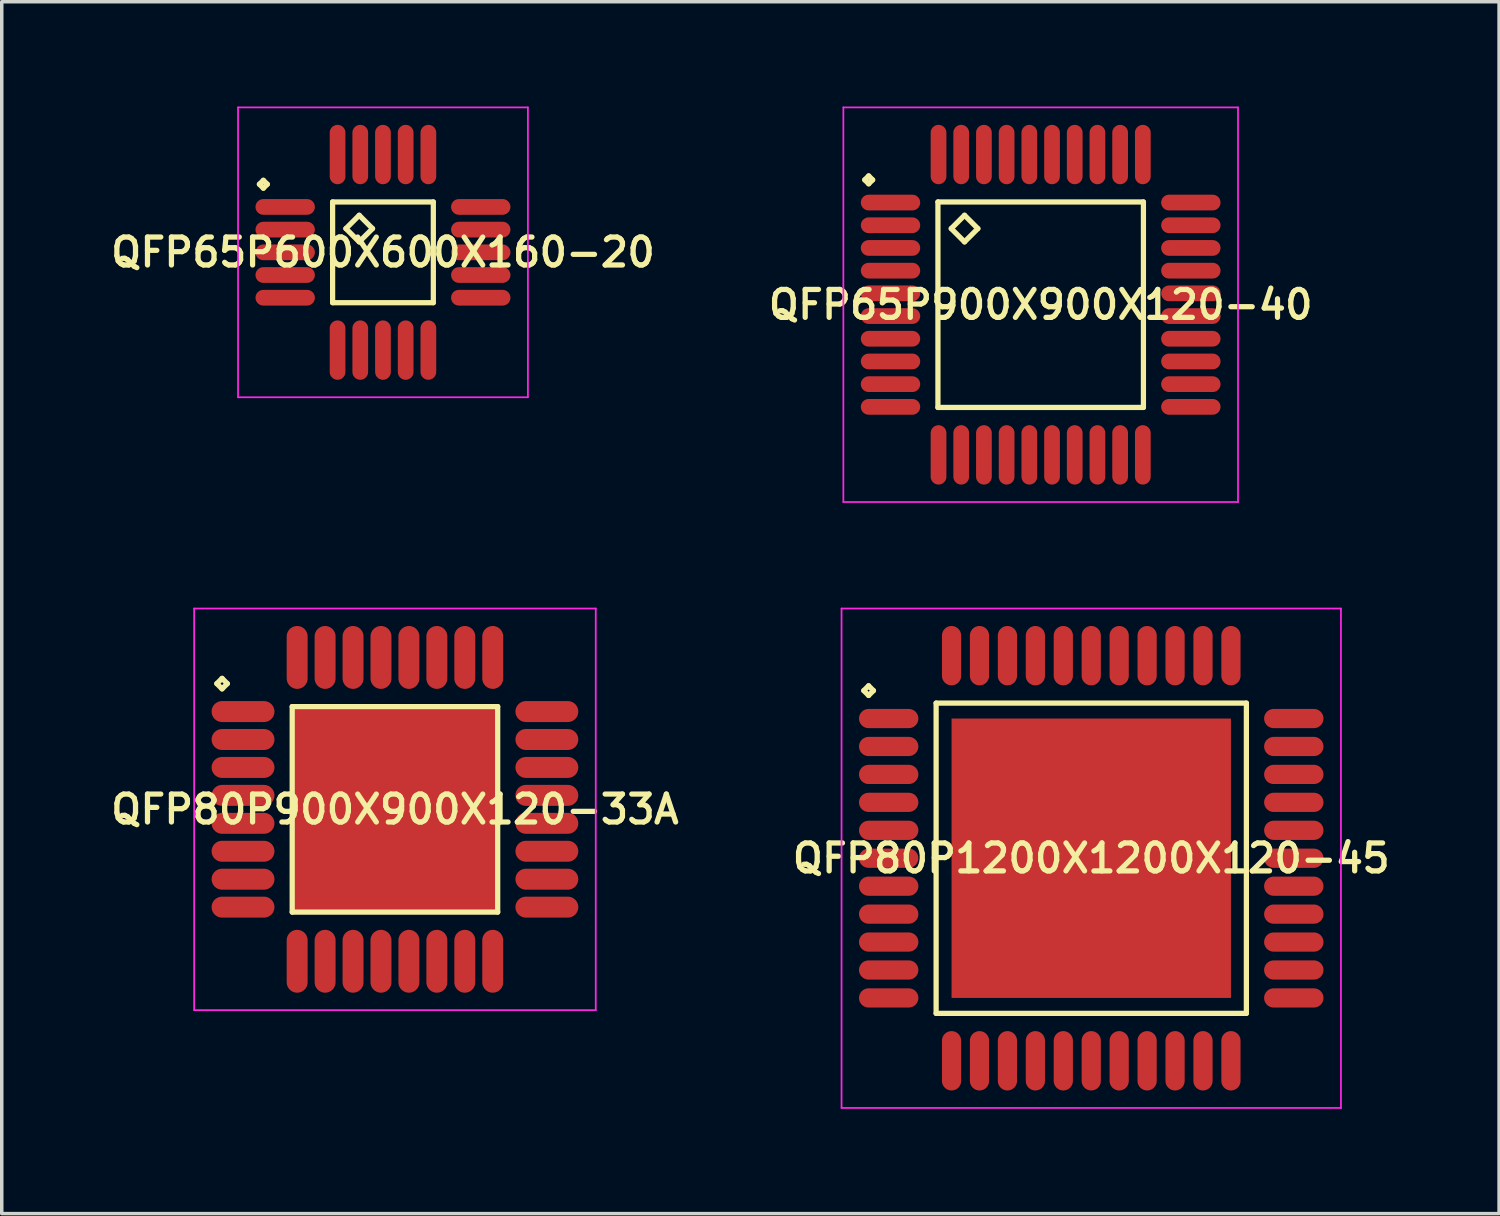
<source format=kicad_pcb>
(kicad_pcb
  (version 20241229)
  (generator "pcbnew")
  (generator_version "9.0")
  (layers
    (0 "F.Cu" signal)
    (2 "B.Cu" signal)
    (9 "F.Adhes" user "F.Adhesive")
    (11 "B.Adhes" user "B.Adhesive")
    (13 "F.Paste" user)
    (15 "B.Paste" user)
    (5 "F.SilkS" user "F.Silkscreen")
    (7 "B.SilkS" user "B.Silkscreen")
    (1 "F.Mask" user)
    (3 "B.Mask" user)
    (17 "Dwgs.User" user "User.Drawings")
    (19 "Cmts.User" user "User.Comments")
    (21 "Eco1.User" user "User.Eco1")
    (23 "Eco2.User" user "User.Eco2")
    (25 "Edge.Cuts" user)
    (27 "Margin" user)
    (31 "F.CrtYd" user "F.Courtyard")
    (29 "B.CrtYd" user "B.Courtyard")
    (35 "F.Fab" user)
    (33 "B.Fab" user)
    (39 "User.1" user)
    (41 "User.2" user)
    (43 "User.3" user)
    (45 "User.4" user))
  (footprint "QFP80P1200X1200X120-45"
    (layer "F.Cu")
    (at 28.197 21.525)
    (property "Reference" "QFP80P1200X1200X120-45" (at 0 0 0) (layer "F.SilkS") (effects (font (size 0.8 0.8) (thickness 0.15))))
    (attr smd)
    (fp_line (start -6.513 -4.8) (end -6.375 -4.938) (stroke (width 0.15) (type solid)) (layer "F.SilkS"))
    (fp_line (start -6.375 -4.938) (end -6.237 -4.8) (stroke (width 0.15) (type solid)) (layer "F.SilkS"))
    (fp_line (start -6.375 -4.662) (end -6.513 -4.8) (stroke (width 0.15) (type solid)) (layer "F.SilkS"))
    (fp_line (start -6.237 -4.8) (end -6.375 -4.662) (stroke (width 0.15) (type solid)) (layer "F.SilkS"))
    (fp_line (start -4.442 -4.442) (end -4.442 4.442) (stroke (width 0.15) (type solid)) (layer "F.SilkS"))
    (fp_line (start -4.442 4.442) (end 4.442 4.442) (stroke (width 0.15) (type solid)) (layer "F.SilkS"))
    (fp_line (start 4.442 -4.442) (end -4.442 -4.442) (stroke (width 0.15) (type solid)) (layer "F.SilkS"))
    (fp_line (start 4.442 4.442) (end 4.442 -4.442) (stroke (width 0.15) (type solid)) (layer "F.SilkS"))
    (fp_line (start -7.15 -7.15) (end 7.15 -7.15) (stroke (width 0.05) (type solid)) (layer "F.CrtYd"))
    (fp_line (start -7.15 7.15) (end -7.15 -7.15) (stroke (width 0.05) (type solid)) (layer "F.CrtYd"))
    (fp_line (start 7.15 -7.15) (end 7.15 7.15) (stroke (width 0.05) (type solid)) (layer "F.CrtYd"))
    (fp_line (start 7.15 7.15) (end -7.15 7.15) (stroke (width 0.05) (type solid)) (layer "F.CrtYd"))
    (pad "1" smd oval (at -5.8 -4) (size 1.7 0.55) (layers "F.Cu" "F.Mask" "F.Paste"))
    (pad "2" smd oval (at -5.8 -3.2) (size 1.7 0.55) (layers "F.Cu" "F.Mask" "F.Paste"))
    (pad "3" smd oval (at -5.8 -2.4) (size 1.7 0.55) (layers "F.Cu" "F.Mask" "F.Paste"))
    (pad "4" smd oval (at -5.8 -1.6) (size 1.7 0.55) (layers "F.Cu" "F.Mask" "F.Paste"))
    (pad "5" smd oval (at -5.8 -0.8) (size 1.7 0.55) (layers "F.Cu" "F.Mask" "F.Paste"))
    (pad "6" smd oval (at -5.8 0) (size 1.7 0.55) (layers "F.Cu" "F.Mask" "F.Paste"))
    (pad "7" smd oval (at -5.8 0.8) (size 1.7 0.55) (layers "F.Cu" "F.Mask" "F.Paste"))
    (pad "8" smd oval (at -5.8 1.6) (size 1.7 0.55) (layers "F.Cu" "F.Mask" "F.Paste"))
    (pad "9" smd oval (at -5.8 2.4) (size 1.7 0.55) (layers "F.Cu" "F.Mask" "F.Paste"))
    (pad "10" smd oval (at -5.8 3.2) (size 1.7 0.55) (layers "F.Cu" "F.Mask" "F.Paste"))
    (pad "11" smd oval (at -5.8 4) (size 1.7 0.55) (layers "F.Cu" "F.Mask" "F.Paste"))
    (pad "12" smd oval (at -4 5.8) (size 0.55 1.7) (layers "F.Cu" "F.Mask" "F.Paste"))
    (pad "13" smd oval (at -3.2 5.8) (size 0.55 1.7) (layers "F.Cu" "F.Mask" "F.Paste"))
    (pad "14" smd oval (at -2.4 5.8) (size 0.55 1.7) (layers "F.Cu" "F.Mask" "F.Paste"))
    (pad "15" smd oval (at -1.6 5.8) (size 0.55 1.7) (layers "F.Cu" "F.Mask" "F.Paste"))
    (pad "16" smd oval (at -0.8 5.8) (size 0.55 1.7) (layers "F.Cu" "F.Mask" "F.Paste"))
    (pad "17" smd oval (at 0 5.8) (size 0.55 1.7) (layers "F.Cu" "F.Mask" "F.Paste"))
    (pad "18" smd oval (at 0.8 5.8) (size 0.55 1.7) (layers "F.Cu" "F.Mask" "F.Paste"))
    (pad "19" smd oval (at 1.6 5.8) (size 0.55 1.7) (layers "F.Cu" "F.Mask" "F.Paste"))
    (pad "20" smd oval (at 2.4 5.8) (size 0.55 1.7) (layers "F.Cu" "F.Mask" "F.Paste"))
    (pad "21" smd oval (at 3.2 5.8) (size 0.55 1.7) (layers "F.Cu" "F.Mask" "F.Paste"))
    (pad "22" smd oval (at 4 5.8) (size 0.55 1.7) (layers "F.Cu" "F.Mask" "F.Paste"))
    (pad "23" smd oval (at 5.8 4) (size 1.7 0.55) (layers "F.Cu" "F.Mask" "F.Paste"))
    (pad "24" smd oval (at 5.8 3.2) (size 1.7 0.55) (layers "F.Cu" "F.Mask" "F.Paste"))
    (pad "25" smd oval (at 5.8 2.4) (size 1.7 0.55) (layers "F.Cu" "F.Mask" "F.Paste"))
    (pad "26" smd oval (at 5.8 1.6) (size 1.7 0.55) (layers "F.Cu" "F.Mask" "F.Paste"))
    (pad "27" smd oval (at 5.8 0.8) (size 1.7 0.55) (layers "F.Cu" "F.Mask" "F.Paste"))
    (pad "28" smd oval (at 5.8 0) (size 1.7 0.55) (layers "F.Cu" "F.Mask" "F.Paste"))
    (pad "29" smd oval (at 5.8 -0.8) (size 1.7 0.55) (layers "F.Cu" "F.Mask" "F.Paste"))
    (pad "30" smd oval (at 5.8 -1.6) (size 1.7 0.55) (layers "F.Cu" "F.Mask" "F.Paste"))
    (pad "31" smd oval (at 5.8 -2.4) (size 1.7 0.55) (layers "F.Cu" "F.Mask" "F.Paste"))
    (pad "32" smd oval (at 5.8 -3.2) (size 1.7 0.55) (layers "F.Cu" "F.Mask" "F.Paste"))
    (pad "33" smd oval (at 5.8 -4) (size 1.7 0.55) (layers "F.Cu" "F.Mask" "F.Paste"))
    (pad "34" smd oval (at 4 -5.8) (size 0.55 1.7) (layers "F.Cu" "F.Mask" "F.Paste"))
    (pad "35" smd oval (at 3.2 -5.8) (size 0.55 1.7) (layers "F.Cu" "F.Mask" "F.Paste"))
    (pad "36" smd oval (at 2.4 -5.8) (size 0.55 1.7) (layers "F.Cu" "F.Mask" "F.Paste"))
    (pad "37" smd oval (at 1.6 -5.8) (size 0.55 1.7) (layers "F.Cu" "F.Mask" "F.Paste"))
    (pad "38" smd oval (at 0.8 -5.8) (size 0.55 1.7) (layers "F.Cu" "F.Mask" "F.Paste"))
    (pad "39" smd oval (at 0 -5.8) (size 0.55 1.7) (layers "F.Cu" "F.Mask" "F.Paste"))
    (pad "40" smd oval (at -0.8 -5.8) (size 0.55 1.7) (layers "F.Cu" "F.Mask" "F.Paste"))
    (pad "41" smd oval (at -1.6 -5.8) (size 0.55 1.7) (layers "F.Cu" "F.Mask" "F.Paste"))
    (pad "42" smd oval (at -2.4 -5.8) (size 0.55 1.7) (layers "F.Cu" "F.Mask" "F.Paste"))
    (pad "43" smd oval (at -3.2 -5.8) (size 0.55 1.7) (layers "F.Cu" "F.Mask" "F.Paste"))
    (pad "44" smd oval (at -4 -5.8) (size 0.55 1.7) (layers "F.Cu" "F.Mask" "F.Paste"))
    (pad "45" smd rect (at 0 0) (size 8 8) (layers "F.Cu" "F.Mask" "F.Paste")))
  (footprint "QFP80P900X900X120-33A"
    (layer "F.Cu")
    (at 8.259 20.125)
    (property "Reference" "QFP80P900X900X120-33A" (at 0 0 0) (layer "F.SilkS") (effects (font (size 0.8 0.8) (thickness 0.15))))
    (attr smd)
    (fp_line (start -5.1 -3.6) (end -4.95 -3.75) (stroke (width 0.15) (type solid)) (layer "F.SilkS"))
    (fp_line (start -4.95 -3.75) (end -4.8 -3.6) (stroke (width 0.15) (type solid)) (layer "F.SilkS"))
    (fp_line (start -4.95 -3.45) (end -5.1 -3.6) (stroke (width 0.15) (type solid)) (layer "F.SilkS"))
    (fp_line (start -4.8 -3.6) (end -4.95 -3.45) (stroke (width 0.15) (type solid)) (layer "F.SilkS"))
    (fp_line (start -2.942 -2.942) (end -2.942 2.942) (stroke (width 0.15) (type solid)) (layer "F.SilkS"))
    (fp_line (start -2.942 2.942) (end 2.942 2.942) (stroke (width 0.15) (type solid)) (layer "F.SilkS"))
    (fp_line (start 2.942 -2.942) (end -2.942 -2.942) (stroke (width 0.15) (type solid)) (layer "F.SilkS"))
    (fp_line (start 2.942 2.942) (end 2.942 -2.942) (stroke (width 0.15) (type solid)) (layer "F.SilkS"))
    (fp_line (start -5.75 -5.75) (end 5.75 -5.75) (stroke (width 0.05) (type solid)) (layer "F.CrtYd"))
    (fp_line (start -5.75 5.75) (end -5.75 -5.75) (stroke (width 0.05) (type solid)) (layer "F.CrtYd"))
    (fp_line (start 5.75 -5.75) (end 5.75 5.75) (stroke (width 0.05) (type solid)) (layer "F.CrtYd"))
    (fp_line (start 5.75 5.75) (end -5.75 5.75) (stroke (width 0.05) (type solid)) (layer "F.CrtYd"))
    (pad "1" smd oval (at -4.35 -2.8) (size 1.8 0.6) (layers "F.Cu" "F.Mask" "F.Paste"))
    (pad "2" smd oval (at -4.35 -2) (size 1.8 0.6) (layers "F.Cu" "F.Mask" "F.Paste"))
    (pad "3" smd oval (at -4.35 -1.2) (size 1.8 0.6) (layers "F.Cu" "F.Mask" "F.Paste"))
    (pad "4" smd oval (at -4.35 -0.4) (size 1.8 0.6) (layers "F.Cu" "F.Mask" "F.Paste"))
    (pad "5" smd oval (at -4.35 0.4) (size 1.8 0.6) (layers "F.Cu" "F.Mask" "F.Paste"))
    (pad "6" smd oval (at -4.35 1.2) (size 1.8 0.6) (layers "F.Cu" "F.Mask" "F.Paste"))
    (pad "7" smd oval (at -4.35 2) (size 1.8 0.6) (layers "F.Cu" "F.Mask" "F.Paste"))
    (pad "8" smd oval (at -4.35 2.8) (size 1.8 0.6) (layers "F.Cu" "F.Mask" "F.Paste"))
    (pad "9" smd oval (at -2.8 4.35) (size 0.6 1.8) (layers "F.Cu" "F.Mask" "F.Paste"))
    (pad "10" smd oval (at -2 4.35) (size 0.6 1.8) (layers "F.Cu" "F.Mask" "F.Paste"))
    (pad "11" smd oval (at -1.2 4.35) (size 0.6 1.8) (layers "F.Cu" "F.Mask" "F.Paste"))
    (pad "12" smd oval (at -0.4 4.35) (size 0.6 1.8) (layers "F.Cu" "F.Mask" "F.Paste"))
    (pad "13" smd oval (at 0.4 4.35) (size 0.6 1.8) (layers "F.Cu" "F.Mask" "F.Paste"))
    (pad "14" smd oval (at 1.2 4.35) (size 0.6 1.8) (layers "F.Cu" "F.Mask" "F.Paste"))
    (pad "15" smd oval (at 2 4.35) (size 0.6 1.8) (layers "F.Cu" "F.Mask" "F.Paste"))
    (pad "16" smd oval (at 2.8 4.35) (size 0.6 1.8) (layers "F.Cu" "F.Mask" "F.Paste"))
    (pad "17" smd oval (at 4.35 2.8) (size 1.8 0.6) (layers "F.Cu" "F.Mask" "F.Paste"))
    (pad "18" smd oval (at 4.35 2) (size 1.8 0.6) (layers "F.Cu" "F.Mask" "F.Paste"))
    (pad "19" smd oval (at 4.35 1.2) (size 1.8 0.6) (layers "F.Cu" "F.Mask" "F.Paste"))
    (pad "20" smd oval (at 4.35 0.4) (size 1.8 0.6) (layers "F.Cu" "F.Mask" "F.Paste"))
    (pad "21" smd oval (at 4.35 -0.4) (size 1.8 0.6) (layers "F.Cu" "F.Mask" "F.Paste"))
    (pad "22" smd oval (at 4.35 -1.2) (size 1.8 0.6) (layers "F.Cu" "F.Mask" "F.Paste"))
    (pad "23" smd oval (at 4.35 -2) (size 1.8 0.6) (layers "F.Cu" "F.Mask" "F.Paste"))
    (pad "24" smd oval (at 4.35 -2.8) (size 1.8 0.6) (layers "F.Cu" "F.Mask" "F.Paste"))
    (pad "25" smd oval (at 2.8 -4.35) (size 0.6 1.8) (layers "F.Cu" "F.Mask" "F.Paste"))
    (pad "26" smd oval (at 2 -4.35) (size 0.6 1.8) (layers "F.Cu" "F.Mask" "F.Paste"))
    (pad "27" smd oval (at 1.2 -4.35) (size 0.6 1.8) (layers "F.Cu" "F.Mask" "F.Paste"))
    (pad "28" smd oval (at 0.4 -4.35) (size 0.6 1.8) (layers "F.Cu" "F.Mask" "F.Paste"))
    (pad "29" smd oval (at -0.4 -4.35) (size 0.6 1.8) (layers "F.Cu" "F.Mask" "F.Paste"))
    (pad "30" smd oval (at -1.2 -4.35) (size 0.6 1.8) (layers "F.Cu" "F.Mask" "F.Paste"))
    (pad "31" smd oval (at -2 -4.35) (size 0.6 1.8) (layers "F.Cu" "F.Mask" "F.Paste"))
    (pad "32" smd oval (at -2.8 -4.35) (size 0.6 1.8) (layers "F.Cu" "F.Mask" "F.Paste"))
    (pad "33" smd rect (at 0 0) (size 6 6) (layers "F.Cu" "F.Mask" "F.Paste")))
  (footprint "QFP65P900X900X120-40"
    (layer "F.Cu")
    (at 26.749 5.675)
    (property "Reference" "QFP65P900X900X120-40" (at 0 0 0) (layer "F.SilkS") (effects (font (size 0.8 0.8) (thickness 0.15))))
    (attr smd)
    (fp_line (start -5.037 -3.575) (end -4.925 -3.688) (stroke (width 0.15) (type solid)) (layer "F.SilkS"))
    (fp_line (start -4.925 -3.688) (end -4.812 -3.575) (stroke (width 0.15) (type solid)) (layer "F.SilkS"))
    (fp_line (start -4.925 -3.462) (end -5.037 -3.575) (stroke (width 0.15) (type solid)) (layer "F.SilkS"))
    (fp_line (start -4.812 -3.575) (end -4.925 -3.462) (stroke (width 0.15) (type solid)) (layer "F.SilkS"))
    (fp_line (start -2.942 -2.942) (end -2.942 2.942) (stroke (width 0.15) (type solid)) (layer "F.SilkS"))
    (fp_line (start -2.942 2.942) (end 2.942 2.942) (stroke (width 0.15) (type solid)) (layer "F.SilkS"))
    (fp_line (start -2.561 -2.18) (end -2.18 -2.561) (stroke (width 0.15) (type solid)) (layer "F.SilkS"))
    (fp_line (start -2.18 -2.561) (end -1.799 -2.18) (stroke (width 0.15) (type solid)) (layer "F.SilkS"))
    (fp_line (start -2.18 -1.799) (end -2.561 -2.18) (stroke (width 0.15) (type solid)) (layer "F.SilkS"))
    (fp_line (start -1.799 -2.18) (end -2.18 -1.799) (stroke (width 0.15) (type solid)) (layer "F.SilkS"))
    (fp_line (start 2.942 -2.942) (end -2.942 -2.942) (stroke (width 0.15) (type solid)) (layer "F.SilkS"))
    (fp_line (start 2.942 2.942) (end 2.942 -2.942) (stroke (width 0.15) (type solid)) (layer "F.SilkS"))
    (fp_line (start -5.65 -5.65) (end 5.65 -5.65) (stroke (width 0.05) (type solid)) (layer "F.CrtYd"))
    (fp_line (start -5.65 5.65) (end -5.65 -5.65) (stroke (width 0.05) (type solid)) (layer "F.CrtYd"))
    (fp_line (start 5.65 -5.65) (end 5.65 5.65) (stroke (width 0.05) (type solid)) (layer "F.CrtYd"))
    (fp_line (start 5.65 5.65) (end -5.65 5.65) (stroke (width 0.05) (type solid)) (layer "F.CrtYd"))
    (pad "1" smd oval (at -4.3 -2.925) (size 1.7 0.45) (layers "F.Cu" "F.Mask" "F.Paste"))
    (pad "2" smd oval (at -4.3 -2.275) (size 1.7 0.45) (layers "F.Cu" "F.Mask" "F.Paste"))
    (pad "3" smd oval (at -4.3 -1.625) (size 1.7 0.45) (layers "F.Cu" "F.Mask" "F.Paste"))
    (pad "4" smd oval (at -4.3 -0.975) (size 1.7 0.45) (layers "F.Cu" "F.Mask" "F.Paste"))
    (pad "5" smd oval (at -4.3 -0.325) (size 1.7 0.45) (layers "F.Cu" "F.Mask" "F.Paste"))
    (pad "6" smd oval (at -4.3 0.325) (size 1.7 0.45) (layers "F.Cu" "F.Mask" "F.Paste"))
    (pad "7" smd oval (at -4.3 0.975) (size 1.7 0.45) (layers "F.Cu" "F.Mask" "F.Paste"))
    (pad "8" smd oval (at -4.3 1.625) (size 1.7 0.45) (layers "F.Cu" "F.Mask" "F.Paste"))
    (pad "9" smd oval (at -4.3 2.275) (size 1.7 0.45) (layers "F.Cu" "F.Mask" "F.Paste"))
    (pad "10" smd oval (at -4.3 2.925) (size 1.7 0.45) (layers "F.Cu" "F.Mask" "F.Paste"))
    (pad "11" smd oval (at -2.925 4.3) (size 0.45 1.7) (layers "F.Cu" "F.Mask" "F.Paste"))
    (pad "12" smd oval (at -2.275 4.3) (size 0.45 1.7) (layers "F.Cu" "F.Mask" "F.Paste"))
    (pad "13" smd oval (at -1.625 4.3) (size 0.45 1.7) (layers "F.Cu" "F.Mask" "F.Paste"))
    (pad "14" smd oval (at -0.975 4.3) (size 0.45 1.7) (layers "F.Cu" "F.Mask" "F.Paste"))
    (pad "15" smd oval (at -0.325 4.3) (size 0.45 1.7) (layers "F.Cu" "F.Mask" "F.Paste"))
    (pad "16" smd oval (at 0.325 4.3) (size 0.45 1.7) (layers "F.Cu" "F.Mask" "F.Paste"))
    (pad "17" smd oval (at 0.975 4.3) (size 0.45 1.7) (layers "F.Cu" "F.Mask" "F.Paste"))
    (pad "18" smd oval (at 1.625 4.3) (size 0.45 1.7) (layers "F.Cu" "F.Mask" "F.Paste"))
    (pad "19" smd oval (at 2.275 4.3) (size 0.45 1.7) (layers "F.Cu" "F.Mask" "F.Paste"))
    (pad "20" smd oval (at 2.925 4.3) (size 0.45 1.7) (layers "F.Cu" "F.Mask" "F.Paste"))
    (pad "21" smd oval (at 4.3 2.925) (size 1.7 0.45) (layers "F.Cu" "F.Mask" "F.Paste"))
    (pad "22" smd oval (at 4.3 2.275) (size 1.7 0.45) (layers "F.Cu" "F.Mask" "F.Paste"))
    (pad "23" smd oval (at 4.3 1.625) (size 1.7 0.45) (layers "F.Cu" "F.Mask" "F.Paste"))
    (pad "24" smd oval (at 4.3 0.975) (size 1.7 0.45) (layers "F.Cu" "F.Mask" "F.Paste"))
    (pad "25" smd oval (at 4.3 0.325) (size 1.7 0.45) (layers "F.Cu" "F.Mask" "F.Paste"))
    (pad "26" smd oval (at 4.3 -0.325) (size 1.7 0.45) (layers "F.Cu" "F.Mask" "F.Paste"))
    (pad "27" smd oval (at 4.3 -0.975) (size 1.7 0.45) (layers "F.Cu" "F.Mask" "F.Paste"))
    (pad "28" smd oval (at 4.3 -1.625) (size 1.7 0.45) (layers "F.Cu" "F.Mask" "F.Paste"))
    (pad "29" smd oval (at 4.3 -2.275) (size 1.7 0.45) (layers "F.Cu" "F.Mask" "F.Paste"))
    (pad "30" smd oval (at 4.3 -2.925) (size 1.7 0.45) (layers "F.Cu" "F.Mask" "F.Paste"))
    (pad "31" smd oval (at 2.925 -4.3) (size 0.45 1.7) (layers "F.Cu" "F.Mask" "F.Paste"))
    (pad "32" smd oval (at 2.275 -4.3) (size 0.45 1.7) (layers "F.Cu" "F.Mask" "F.Paste"))
    (pad "33" smd oval (at 1.625 -4.3) (size 0.45 1.7) (layers "F.Cu" "F.Mask" "F.Paste"))
    (pad "34" smd oval (at 0.975 -4.3) (size 0.45 1.7) (layers "F.Cu" "F.Mask" "F.Paste"))
    (pad "35" smd oval (at 0.325 -4.3) (size 0.45 1.7) (layers "F.Cu" "F.Mask" "F.Paste"))
    (pad "36" smd oval (at -0.325 -4.3) (size 0.45 1.7) (layers "F.Cu" "F.Mask" "F.Paste"))
    (pad "37" smd oval (at -0.975 -4.3) (size 0.45 1.7) (layers "F.Cu" "F.Mask" "F.Paste"))
    (pad "38" smd oval (at -1.625 -4.3) (size 0.45 1.7) (layers "F.Cu" "F.Mask" "F.Paste"))
    (pad "39" smd oval (at -2.275 -4.3) (size 0.45 1.7) (layers "F.Cu" "F.Mask" "F.Paste"))
    (pad "40" smd oval (at -2.925 -4.3) (size 0.45 1.7) (layers "F.Cu" "F.Mask" "F.Paste")))
  (footprint "QFP65P600X600X160-20"
    (layer "F.Cu")
    (at 7.916 4.175)
    (property "Reference" "QFP65P600X600X160-20" (at 0 0 0) (layer "F.SilkS") (effects (font (size 0.8 0.8) (thickness 0.15))))
    (attr smd)
    (fp_line (start -3.538 -1.95) (end -3.425 -2.062) (stroke (width 0.15) (type solid)) (layer "F.SilkS"))
    (fp_line (start -3.425 -2.062) (end -3.312 -1.95) (stroke (width 0.15) (type solid)) (layer "F.SilkS"))
    (fp_line (start -3.425 -1.837) (end -3.538 -1.95) (stroke (width 0.15) (type solid)) (layer "F.SilkS"))
    (fp_line (start -3.312 -1.95) (end -3.425 -1.837) (stroke (width 0.15) (type solid)) (layer "F.SilkS"))
    (fp_line (start -1.442 -1.442) (end -1.442 1.442) (stroke (width 0.15) (type solid)) (layer "F.SilkS"))
    (fp_line (start -1.442 1.442) (end 1.442 1.442) (stroke (width 0.15) (type solid)) (layer "F.SilkS"))
    (fp_line (start -1.061 -0.68) (end -0.68 -1.061) (stroke (width 0.15) (type solid)) (layer "F.SilkS"))
    (fp_line (start -0.68 -1.061) (end -0.299 -0.68) (stroke (width 0.15) (type solid)) (layer "F.SilkS"))
    (fp_line (start -0.68 -0.299) (end -1.061 -0.68) (stroke (width 0.15) (type solid)) (layer "F.SilkS"))
    (fp_line (start -0.299 -0.68) (end -0.68 -0.299) (stroke (width 0.15) (type solid)) (layer "F.SilkS"))
    (fp_line (start 1.442 -1.442) (end -1.442 -1.442) (stroke (width 0.15) (type solid)) (layer "F.SilkS"))
    (fp_line (start 1.442 1.442) (end 1.442 -1.442) (stroke (width 0.15) (type solid)) (layer "F.SilkS"))
    (fp_line (start -4.15 -4.15) (end 4.15 -4.15) (stroke (width 0.05) (type solid)) (layer "F.CrtYd"))
    (fp_line (start -4.15 4.15) (end -4.15 -4.15) (stroke (width 0.05) (type solid)) (layer "F.CrtYd"))
    (fp_line (start 4.15 -4.15) (end 4.15 4.15) (stroke (width 0.05) (type solid)) (layer "F.CrtYd"))
    (fp_line (start 4.15 4.15) (end -4.15 4.15) (stroke (width 0.05) (type solid)) (layer "F.CrtYd"))
    (pad "1" smd oval (at -2.8 -1.3) (size 1.7 0.45) (layers "F.Cu" "F.Mask" "F.Paste"))
    (pad "2" smd oval (at -2.8 -0.65) (size 1.7 0.45) (layers "F.Cu" "F.Mask" "F.Paste"))
    (pad "3" smd oval (at -2.8 0) (size 1.7 0.45) (layers "F.Cu" "F.Mask" "F.Paste"))
    (pad "4" smd oval (at -2.8 0.65) (size 1.7 0.45) (layers "F.Cu" "F.Mask" "F.Paste"))
    (pad "5" smd oval (at -2.8 1.3) (size 1.7 0.45) (layers "F.Cu" "F.Mask" "F.Paste"))
    (pad "6" smd oval (at -1.3 2.8) (size 0.45 1.7) (layers "F.Cu" "F.Mask" "F.Paste"))
    (pad "7" smd oval (at -0.65 2.8) (size 0.45 1.7) (layers "F.Cu" "F.Mask" "F.Paste"))
    (pad "8" smd oval (at 0 2.8) (size 0.45 1.7) (layers "F.Cu" "F.Mask" "F.Paste"))
    (pad "9" smd oval (at 0.65 2.8) (size 0.45 1.7) (layers "F.Cu" "F.Mask" "F.Paste"))
    (pad "10" smd oval (at 1.3 2.8) (size 0.45 1.7) (layers "F.Cu" "F.Mask" "F.Paste"))
    (pad "11" smd oval (at 2.8 1.3) (size 1.7 0.45) (layers "F.Cu" "F.Mask" "F.Paste"))
    (pad "12" smd oval (at 2.8 0.65) (size 1.7 0.45) (layers "F.Cu" "F.Mask" "F.Paste"))
    (pad "13" smd oval (at 2.8 0) (size 1.7 0.45) (layers "F.Cu" "F.Mask" "F.Paste"))
    (pad "14" smd oval (at 2.8 -0.65) (size 1.7 0.45) (layers "F.Cu" "F.Mask" "F.Paste"))
    (pad "15" smd oval (at 2.8 -1.3) (size 1.7 0.45) (layers "F.Cu" "F.Mask" "F.Paste"))
    (pad "16" smd oval (at 1.3 -2.8) (size 0.45 1.7) (layers "F.Cu" "F.Mask" "F.Paste"))
    (pad "17" smd oval (at 0.65 -2.8) (size 0.45 1.7) (layers "F.Cu" "F.Mask" "F.Paste"))
    (pad "18" smd oval (at 0 -2.8) (size 0.45 1.7) (layers "F.Cu" "F.Mask" "F.Paste"))
    (pad "19" smd oval (at -0.65 -2.8) (size 0.45 1.7) (layers "F.Cu" "F.Mask" "F.Paste"))
    (pad "20" smd oval (at -1.3 -2.8) (size 0.45 1.7) (layers "F.Cu" "F.Mask" "F.Paste")))
  (gr_rect
    (start -3 -3)
    (end 39.875 31.7)
    (stroke (width 0.1) (type default))
    (fill no)
    (layer "Edge.Cuts")))
</source>
